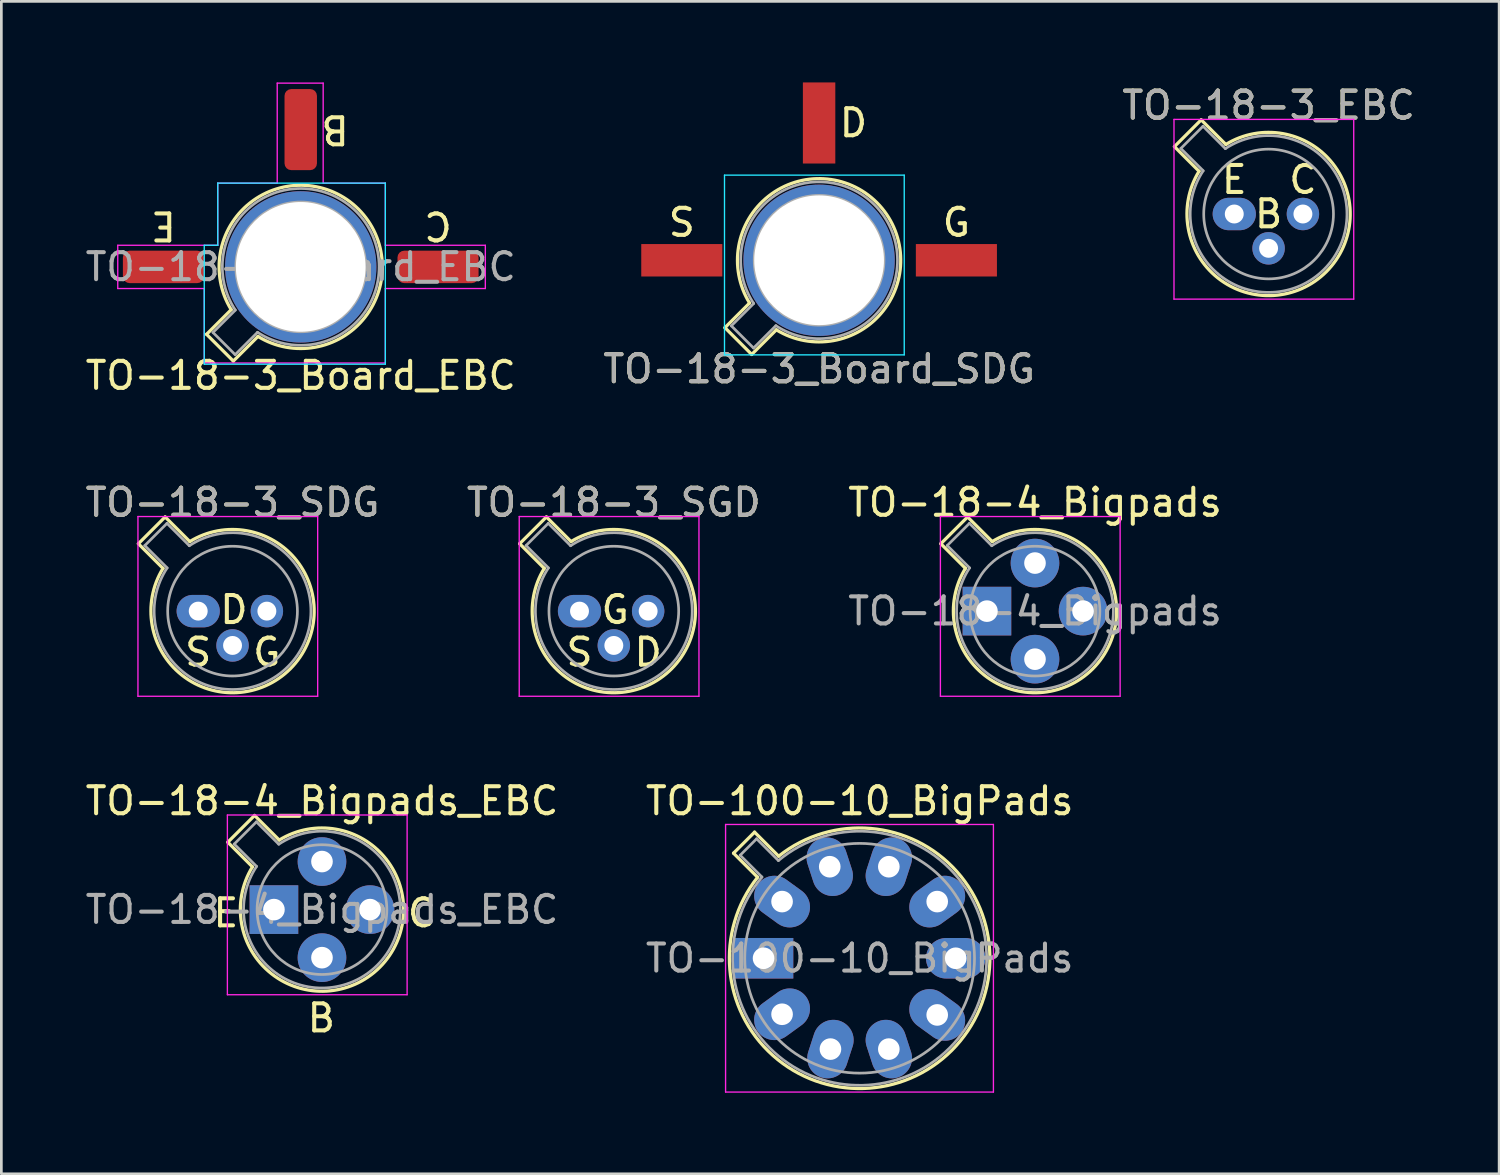
<source format=kicad_pcb>
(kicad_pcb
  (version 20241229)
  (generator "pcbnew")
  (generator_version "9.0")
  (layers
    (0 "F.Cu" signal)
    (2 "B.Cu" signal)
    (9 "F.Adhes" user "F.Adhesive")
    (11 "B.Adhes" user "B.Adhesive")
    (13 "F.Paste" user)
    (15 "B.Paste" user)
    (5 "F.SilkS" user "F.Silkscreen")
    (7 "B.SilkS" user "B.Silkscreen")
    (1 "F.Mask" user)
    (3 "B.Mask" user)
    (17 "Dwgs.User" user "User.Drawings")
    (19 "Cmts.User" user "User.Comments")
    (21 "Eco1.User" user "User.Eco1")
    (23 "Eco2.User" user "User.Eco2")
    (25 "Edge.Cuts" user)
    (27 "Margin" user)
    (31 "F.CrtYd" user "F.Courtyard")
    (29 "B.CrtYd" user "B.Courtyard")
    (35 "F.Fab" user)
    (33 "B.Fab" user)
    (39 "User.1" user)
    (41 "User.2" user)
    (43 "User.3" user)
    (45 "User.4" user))
  (footprint "TO-18-3_Board_SDG"
    (layer "F.Cu")
    (at 25.986 6.58)
    (property "Reference" "TO-18-3_Board_SDG" (at 1.27 4.02 0) (layer "F.SilkS") (effects (font (size 1 1) (thickness 0.15))))
    (attr through_hole)
    (fp_line (start -2.214 2.494) (end -1.302 1.582) (stroke (width 0.12) (type solid)) (layer "F.SilkS"))
    (fp_line (start -1.224 3.484) (end -2.214 2.494) (stroke (width 0.12) (type solid)) (layer "F.SilkS"))
    (fp_line (start -0.312 2.572) (end -1.224 3.484) (stroke (width 0.12) (type solid)) (layer "F.SilkS"))
    (fp_arc (start -1.30215 1.582544) (mid 3.405374 -2.135551) (end -0.312331 2.572281) (stroke (width 0.12) (type solid)) (layer "F.SilkS"))
    (fp_line (start -2.23 -3.15) (end 4.42 -3.15) (stroke (width 0.05) (type solid)) (layer "B.CrtYd"))
    (fp_line (start -2.23 3.5) (end -2.23 -3.15) (stroke (width 0.05) (type solid)) (layer "B.CrtYd"))
    (fp_line (start 4.42 -3.15) (end 4.42 3.5) (stroke (width 0.05) (type solid)) (layer "B.CrtYd"))
    (fp_line (start 4.42 3.5) (end -2.23 3.5) (stroke (width 0.05) (type solid)) (layer "B.CrtYd"))
    (fp_line (start -1.977 2.426) (end -1.149 1.599) (stroke (width 0.1) (type solid)) (layer "F.Fab"))
    (fp_line (start -1.156 3.247) (end -1.977 2.426) (stroke (width 0.1) (type solid)) (layer "F.Fab"))
    (fp_line (start -0.329 2.419) (end -1.156 3.247) (stroke (width 0.1) (type solid)) (layer "F.Fab"))
    (fp_arc (start -1.150029 1.597956) (mid 3.321077 -2.050143) (end -0.329057 2.419301) (stroke (width 0.1) (type solid)) (layer "F.Fab"))
    (fp_circle (center 1.27 0) (end 3.67 0) (stroke (width 0.1) (type solid)) (fill no) (layer "F.Fab"))
    (fp_text user "G" (at 6.35 -1.397 0) (layer "F.SilkS") (effects (font (size 1 1) (thickness 0.15))))
    (fp_text user "D" (at 2.54 -5.08 0) (layer "F.SilkS") (effects (font (size 1 1) (thickness 0.15))))
    (fp_text user "S" (at -3.81 -1.397 0) (layer "F.SilkS") (effects (font (size 1 1) (thickness 0.15))))
    (fp_text user "${REFERENCE}" (at 1.27 4.02 0) (layer "F.Fab") (effects (font (size 1 1) (thickness 0.15))))
    (pad "1" smd rect (at -3.81 0) (size 3 1.2) (layers "F.Cu" "F.Mask" "F.Paste"))
    (pad "2" smd rect (at 1.27 -5.08) (size 1.2 3) (layers "F.Cu" "F.Mask" "F.Paste"))
    (pad "3" smd rect (at 6.35 0) (size 3 1.2) (layers "F.Cu" "F.Mask" "F.Paste"))
    (pad "4" thru_hole circle (at 1.27 0) (size 5.6 5.6) (drill 4.8) (layers "*.Cu" "*.Mask")))
  (footprint "TO-18-4_Bigpads"
    (layer "F.Cu")
    (at 33.466 19.561)
    (property "Reference" "TO-18-4_Bigpads" (at 1.778 -4.02 0) (layer "F.SilkS") (effects (font (size 1 1) (thickness 0.15))))
    (attr through_hole)
    (fp_line (start -1.706 -2.494) (end -0.794 -1.582) (stroke (width 0.12) (type solid)) (layer "F.SilkS"))
    (fp_line (start -0.716 -3.484) (end -1.706 -2.494) (stroke (width 0.12) (type solid)) (layer "F.SilkS"))
    (fp_line (start 0.196 -2.572) (end -0.716 -3.484) (stroke (width 0.12) (type solid)) (layer "F.SilkS"))
    (fp_arc (start 0.195669 -2.572281) (mid 3.913374 2.135551) (end -0.79415 -1.582544) (stroke (width 0.12) (type solid)) (layer "F.SilkS"))
    (fp_line (start -1.722 -3.5) (end -1.722 3.15) (stroke (width 0.05) (type solid)) (layer "F.CrtYd"))
    (fp_line (start -1.722 3.15) (end 4.928 3.15) (stroke (width 0.05) (type solid)) (layer "F.CrtYd"))
    (fp_line (start 4.928 -3.5) (end -1.722 -3.5) (stroke (width 0.05) (type solid)) (layer "F.CrtYd"))
    (fp_line (start 4.928 3.15) (end 4.928 -3.5) (stroke (width 0.05) (type solid)) (layer "F.CrtYd"))
    (fp_line (start -1.469 -2.426) (end -0.641 -1.599) (stroke (width 0.1) (type solid)) (layer "F.Fab"))
    (fp_line (start -0.648 -3.247) (end -1.469 -2.426) (stroke (width 0.1) (type solid)) (layer "F.Fab"))
    (fp_line (start 0.179 -2.419) (end -0.648 -3.247) (stroke (width 0.1) (type solid)) (layer "F.Fab"))
    (fp_arc (start 0.178943 -2.419301) (mid 3.829076 2.050143) (end -0.642029 -1.597956) (stroke (width 0.1) (type solid)) (layer "F.Fab"))
    (fp_circle (center 1.778 0) (end 4.178 0) (stroke (width 0.1) (type solid)) (fill no) (layer "F.Fab"))
    (fp_text user "${REFERENCE}" (at 1.778 0 0) (layer "F.Fab") (effects (font (size 1 1) (thickness 0.15))))
    (pad "1" thru_hole rect (at 0 0) (size 1.8 1.8) (drill 0.8) (layers "*.Cu" "*.Mask"))
    (pad "2" thru_hole oval (at 1.778 1.778) (size 1.8 1.8) (drill 0.8) (layers "*.Cu" "*.Mask"))
    (pad "3" thru_hole oval (at 3.556 0) (size 1.8 1.8) (drill 0.8) (layers "*.Cu" "*.Mask"))
    (pad "4" thru_hole oval (at 1.778 -1.778) (size 1.8 1.8) (drill 0.8) (layers "*.Cu" "*.Mask")))
  (footprint "TO-18-3_SDG"
    (layer "F.Cu")
    (at 4.284 19.561)
    (property "Reference" "TO-18-3_SDG" (at 1.27 -4.02 0) (layer "F.SilkS") (effects (font (size 1 1) (thickness 0.15))))
    (fp_line (start -2.214 -2.494) (end -1.302 -1.582) (stroke (width 0.12) (type solid)) (layer "F.SilkS"))
    (fp_line (start -1.224 -3.484) (end -2.214 -2.494) (stroke (width 0.12) (type solid)) (layer "F.SilkS"))
    (fp_line (start -0.312 -2.572) (end -1.224 -3.484) (stroke (width 0.12) (type solid)) (layer "F.SilkS"))
    (fp_arc (start -0.312331 -2.572281) (mid 3.405374 2.135551) (end -1.30215 -1.582544) (stroke (width 0.12) (type solid)) (layer "F.SilkS"))
    (fp_line (start -2.23 -3.5) (end -2.23 3.15) (stroke (width 0.05) (type solid)) (layer "F.CrtYd"))
    (fp_line (start -2.23 3.15) (end 4.42 3.15) (stroke (width 0.05) (type solid)) (layer "F.CrtYd"))
    (fp_line (start 4.42 -3.5) (end -2.23 -3.5) (stroke (width 0.05) (type solid)) (layer "F.CrtYd"))
    (fp_line (start 4.42 3.15) (end 4.42 -3.5) (stroke (width 0.05) (type solid)) (layer "F.CrtYd"))
    (fp_line (start -1.977 -2.426) (end -1.149 -1.599) (stroke (width 0.1) (type solid)) (layer "F.Fab"))
    (fp_line (start -1.156 -3.247) (end -1.977 -2.426) (stroke (width 0.1) (type solid)) (layer "F.Fab"))
    (fp_line (start -0.329 -2.419) (end -1.156 -3.247) (stroke (width 0.1) (type solid)) (layer "F.Fab"))
    (fp_arc (start -0.329057 -2.419301) (mid 3.321076 2.050143) (end -1.150029 -1.597956) (stroke (width 0.1) (type solid)) (layer "F.Fab"))
    (fp_circle (center 1.27 0) (end 3.67 0) (stroke (width 0.1) (type solid)) (fill no) (layer "F.Fab"))
    (fp_text user "S" (at 0 1.524 0) (unlocked yes) (layer "F.SilkS") (effects (font (size 1 1) (thickness 0.15))))
    (fp_text user "G" (at 2.54 1.524 0) (unlocked yes) (layer "F.SilkS") (effects (font (size 1 1) (thickness 0.15))))
    (fp_text user "D" (at 1.321 -0.051 0) (unlocked yes) (layer "F.SilkS") (effects (font (size 1 1) (thickness 0.15))))
    (fp_text user "${REFERENCE}" (at 1.27 -4.02 0) (layer "F.Fab") (effects (font (size 1 1) (thickness 0.15))))
    (pad "1" thru_hole oval (at 0 0) (size 1.6 1.2) (drill 0.7) (layers "*.Cu" "*.Mask"))
    (pad "2" thru_hole oval (at 1.27 1.27) (size 1.2 1.2) (drill 0.7) (layers "*.Cu" "*.Mask"))
    (pad "3" thru_hole oval (at 2.54 0) (size 1.2 1.2) (drill 0.7) (layers "*.Cu" "*.Mask")))
  (footprint "TO-18-4_Bigpads_EBC"
    (layer "F.Cu")
    (at 7.085 30.605)
    (property "Reference" "TO-18-4_Bigpads_EBC" (at 1.778 -4.02 0) (layer "F.SilkS") (effects (font (size 1 1) (thickness 0.15))))
    (attr through_hole)
    (fp_line (start -1.706 -2.494) (end -0.794 -1.582) (stroke (width 0.12) (type solid)) (layer "F.SilkS"))
    (fp_line (start -0.716 -3.484) (end -1.706 -2.494) (stroke (width 0.12) (type solid)) (layer "F.SilkS"))
    (fp_line (start 0.196 -2.572) (end -0.716 -3.484) (stroke (width 0.12) (type solid)) (layer "F.SilkS"))
    (fp_arc (start 0.195669 -2.572281) (mid 3.913374 2.135551) (end -0.79415 -1.582544) (stroke (width 0.12) (type solid)) (layer "F.SilkS"))
    (fp_line (start -1.722 -3.5) (end -1.722 3.15) (stroke (width 0.05) (type solid)) (layer "F.CrtYd"))
    (fp_line (start -1.722 3.15) (end 4.928 3.15) (stroke (width 0.05) (type solid)) (layer "F.CrtYd"))
    (fp_line (start 4.928 -3.5) (end -1.722 -3.5) (stroke (width 0.05) (type solid)) (layer "F.CrtYd"))
    (fp_line (start 4.928 3.15) (end 4.928 -3.5) (stroke (width 0.05) (type solid)) (layer "F.CrtYd"))
    (fp_line (start -1.469 -2.426) (end -0.641 -1.599) (stroke (width 0.1) (type solid)) (layer "F.Fab"))
    (fp_line (start -0.648 -3.247) (end -1.469 -2.426) (stroke (width 0.1) (type solid)) (layer "F.Fab"))
    (fp_line (start 0.179 -2.419) (end -0.648 -3.247) (stroke (width 0.1) (type solid)) (layer "F.Fab"))
    (fp_arc (start 0.178943 -2.419301) (mid 3.829076 2.050143) (end -0.642029 -1.597956) (stroke (width 0.1) (type solid)) (layer "F.Fab"))
    (fp_circle (center 1.778 0) (end 4.178 0) (stroke (width 0.1) (type solid)) (fill no) (layer "F.Fab"))
    (fp_text user "E" (at -1.778 0.127 0) (unlocked yes) (layer "F.SilkS") (effects (font (size 1 1) (thickness 0.15))))
    (fp_text user "C" (at 5.461 0.127 0) (unlocked yes) (layer "F.SilkS") (effects (font (size 1 1) (thickness 0.15))))
    (fp_text user "B" (at 1.753 4.013 0) (unlocked yes) (layer "F.SilkS") (effects (font (size 1 1) (thickness 0.15))))
    (fp_text user "${REFERENCE}" (at 1.778 0 0) (layer "F.Fab") (effects (font (size 1 1) (thickness 0.15))))
    (pad "1" thru_hole rect (at 0 0) (size 1.8 1.8) (drill 0.8) (layers "*.Cu" "*.Mask"))
    (pad "2" thru_hole oval (at 1.778 1.778) (size 1.8 1.8) (drill 0.8) (layers "*.Cu" "*.Mask"))
    (pad "3" thru_hole oval (at 3.556 0) (size 1.8 1.8) (drill 0.8) (layers "*.Cu" "*.Mask"))
    (pad "4" thru_hole oval (at 1.778 -1.778) (size 1.8 1.8) (drill 0.8) (layers "*.Cu" "*.Mask")))
  (footprint "TO-100-10_BigPads"
    (layer "F.Cu")
    (at 25.201 32.405)
    (property "Reference" "TO-100-10_BigPads" (at 3.555 -5.82 0) (layer "F.SilkS") (effects (font (size 1 1) (thickness 0.15))))
    (attr through_hole)
    (fp_line (start -1.111 -3.888) (end -0.22 -2.997) (stroke (width 0.12) (type solid)) (layer "F.SilkS"))
    (fp_line (start -0.333 -4.666) (end -1.111 -3.888) (stroke (width 0.12) (type solid)) (layer "F.SilkS"))
    (fp_line (start 0.558 -3.775) (end -0.333 -4.666) (stroke (width 0.12) (type solid)) (layer "F.SilkS"))
    (fp_arc (start 0.557916 -3.774902) (mid 6.963125 3.408384) (end -0.219674 -2.997371) (stroke (width 0.12) (type solid)) (layer "F.SilkS"))
    (fp_line (start -1.405 -4.95) (end -1.405 4.95) (stroke (width 0.05) (type solid)) (layer "F.CrtYd"))
    (fp_line (start -1.405 4.95) (end 8.505 4.95) (stroke (width 0.05) (type solid)) (layer "F.CrtYd"))
    (fp_line (start 8.505 -4.95) (end -1.405 -4.95) (stroke (width 0.05) (type solid)) (layer "F.CrtYd"))
    (fp_line (start 8.505 4.95) (end 8.505 -4.95) (stroke (width 0.05) (type solid)) (layer "F.CrtYd"))
    (fp_line (start -0.865 -3.812) (end -0.059 -3.005) (stroke (width 0.1) (type solid)) (layer "F.Fab"))
    (fp_line (start -0.257 -4.42) (end -0.865 -3.812) (stroke (width 0.1) (type solid)) (layer "F.Fab"))
    (fp_line (start 0.55 -3.614) (end -0.257 -4.42) (stroke (width 0.1) (type solid)) (layer "F.Fab"))
    (fp_arc (start 0.549592 -3.61352) (mid 6.878443 3.323361) (end -0.058594 -3.005319) (stroke (width 0.1) (type solid)) (layer "F.Fab"))
    (fp_circle (center 3.555 0) (end 7.805 0) (stroke (width 0.1) (type solid)) (fill no) (layer "F.Fab"))
    (fp_text user "${REFERENCE}" (at 3.555 0 0) (layer "F.Fab") (effects (font (size 1 1) (thickness 0.15))))
    (pad "1" thru_hole rect (at 0 0) (size 2.2 1.5) (drill 0.8) (layers "*.Cu" "*.Mask"))
    (pad "2" thru_hole oval (at 0.685 2.072 36) (size 2.2 1.5) (drill 0.8) (layers "*.Cu" "*.Mask"))
    (pad "3" thru_hole oval (at 2.475 3.361 72) (size 2.2 1.5) (drill 0.8) (layers "*.Cu" "*.Mask"))
    (pad "4" thru_hole oval (at 4.635 3.361 108) (size 2.2 1.5) (drill 0.8) (layers "*.Cu" "*.Mask"))
    (pad "5" thru_hole oval (at 6.425 2.097 144) (size 2.2 1.5) (drill 0.8) (layers "*.Cu" "*.Mask"))
    (pad "6" thru_hole oval (at 7.11 0) (size 2.2 1.5) (drill 0.8) (layers "*.Cu" "*.Mask"))
    (pad "7" thru_hole oval (at 6.425 -2.097 216) (size 2.2 1.5) (drill 0.8) (layers "*.Cu" "*.Mask"))
    (pad "8" thru_hole oval (at 4.635 -3.387 252) (size 2.2 1.5) (drill 0.8) (layers "*.Cu" "*.Mask"))
    (pad "9" thru_hole oval (at 2.449 -3.387 288) (size 2.2 1.5) (drill 0.8) (layers "*.Cu" "*.Mask"))
    (pad "10" thru_hole oval (at 0.685 -2.097 324) (size 2.2 1.5) (drill 0.8) (layers "*.Cu" "*.Mask")))
  (footprint "TO-18-3_EBC"
    (layer "F.Cu")
    (at 42.617 4.868)
    (property "Reference" "TO-18-3_EBC" (at 1.27 -4.02 0) (layer "F.SilkS") (effects (font (size 1 1) (thickness 0.15))))
    (attr through_hole)
    (fp_line (start -2.214 -2.494) (end -1.302 -1.582) (stroke (width 0.12) (type solid)) (layer "F.SilkS"))
    (fp_line (start -1.224 -3.484) (end -2.214 -2.494) (stroke (width 0.12) (type solid)) (layer "F.SilkS"))
    (fp_line (start -0.312 -2.572) (end -1.224 -3.484) (stroke (width 0.12) (type solid)) (layer "F.SilkS"))
    (fp_arc (start -0.312331 -2.572281) (mid 3.405374 2.135551) (end -1.30215 -1.582544) (stroke (width 0.12) (type solid)) (layer "F.SilkS"))
    (fp_line (start -2.23 -3.5) (end -2.23 3.15) (stroke (width 0.05) (type solid)) (layer "F.CrtYd"))
    (fp_line (start -2.23 3.15) (end 4.42 3.15) (stroke (width 0.05) (type solid)) (layer "F.CrtYd"))
    (fp_line (start 4.42 -3.5) (end -2.23 -3.5) (stroke (width 0.05) (type solid)) (layer "F.CrtYd"))
    (fp_line (start 4.42 3.15) (end 4.42 -3.5) (stroke (width 0.05) (type solid)) (layer "F.CrtYd"))
    (fp_line (start -1.977 -2.426) (end -1.149 -1.599) (stroke (width 0.1) (type solid)) (layer "F.Fab"))
    (fp_line (start -1.156 -3.247) (end -1.977 -2.426) (stroke (width 0.1) (type solid)) (layer "F.Fab"))
    (fp_line (start -0.329 -2.419) (end -1.156 -3.247) (stroke (width 0.1) (type solid)) (layer "F.Fab"))
    (fp_arc (start -0.329057 -2.419301) (mid 3.321076 2.050143) (end -1.150029 -1.597956) (stroke (width 0.1) (type solid)) (layer "F.Fab"))
    (fp_circle (center 1.27 0) (end 3.67 0) (stroke (width 0.1) (type solid)) (fill no) (layer "F.Fab"))
    (fp_text user "B" (at 1.27 0 0) (layer "F.SilkS") (effects (font (size 1 1) (thickness 0.15))))
    (fp_text user "E" (at 0 -1.27 0) (layer "F.SilkS") (effects (font (size 1 1) (thickness 0.15))))
    (fp_text user "C" (at 2.54 -1.27 0) (layer "F.SilkS") (effects (font (size 1 1) (thickness 0.15))))
    (fp_text user "${REFERENCE}" (at 1.27 -4.02 0) (layer "F.Fab") (effects (font (size 1 1) (thickness 0.15))))
    (pad "1" thru_hole oval (at 0 0) (size 1.6 1.2) (drill 0.7) (layers "*.Cu" "*.Mask"))
    (pad "2" thru_hole oval (at 1.27 1.27) (size 1.2 1.2) (drill 0.7) (layers "*.Cu" "*.Mask"))
    (pad "3" thru_hole oval (at 2.54 0) (size 1.2 1.2) (drill 0.7) (layers "*.Cu" "*.Mask")))
  (footprint "TO-18-3_SGD"
    (layer "F.Cu")
    (at 18.391 19.561)
    (property "Reference" "TO-18-3_SGD" (at 1.27 -4.02 0) (layer "F.SilkS") (effects (font (size 1 1) (thickness 0.15))))
    (fp_line (start -2.214 -2.494) (end -1.302 -1.582) (stroke (width 0.12) (type solid)) (layer "F.SilkS"))
    (fp_line (start -1.224 -3.484) (end -2.214 -2.494) (stroke (width 0.12) (type solid)) (layer "F.SilkS"))
    (fp_line (start -0.312 -2.572) (end -1.224 -3.484) (stroke (width 0.12) (type solid)) (layer "F.SilkS"))
    (fp_arc (start -0.312331 -2.572281) (mid 3.405374 2.135551) (end -1.30215 -1.582544) (stroke (width 0.12) (type solid)) (layer "F.SilkS"))
    (fp_line (start -2.23 -3.5) (end -2.23 3.15) (stroke (width 0.05) (type solid)) (layer "F.CrtYd"))
    (fp_line (start -2.23 3.15) (end 4.42 3.15) (stroke (width 0.05) (type solid)) (layer "F.CrtYd"))
    (fp_line (start 4.42 -3.5) (end -2.23 -3.5) (stroke (width 0.05) (type solid)) (layer "F.CrtYd"))
    (fp_line (start 4.42 3.15) (end 4.42 -3.5) (stroke (width 0.05) (type solid)) (layer "F.CrtYd"))
    (fp_line (start -1.977 -2.426) (end -1.149 -1.599) (stroke (width 0.1) (type solid)) (layer "F.Fab"))
    (fp_line (start -1.156 -3.247) (end -1.977 -2.426) (stroke (width 0.1) (type solid)) (layer "F.Fab"))
    (fp_line (start -0.329 -2.419) (end -1.156 -3.247) (stroke (width 0.1) (type solid)) (layer "F.Fab"))
    (fp_arc (start -0.329057 -2.419301) (mid 3.321076 2.050143) (end -1.150029 -1.597956) (stroke (width 0.1) (type solid)) (layer "F.Fab"))
    (fp_circle (center 1.27 0) (end 3.67 0) (stroke (width 0.1) (type solid)) (fill no) (layer "F.Fab"))
    (fp_text user "S" (at 0 1.524 0) (unlocked yes) (layer "F.SilkS") (effects (font (size 1 1) (thickness 0.15))))
    (fp_text user "G" (at 1.321 -0.051 0) (unlocked yes) (layer "F.SilkS") (effects (font (size 1 1) (thickness 0.15))))
    (fp_text user "D" (at 2.54 1.524 0) (unlocked yes) (layer "F.SilkS") (effects (font (size 1 1) (thickness 0.15))))
    (fp_text user "${REFERENCE}" (at 1.27 -4.02 0) (layer "F.Fab") (effects (font (size 1 1) (thickness 0.15))))
    (pad "1" thru_hole oval (at 0 0) (size 1.6 1.2) (drill 0.7) (layers "*.Cu" "*.Mask"))
    (pad "2" thru_hole oval (at 1.27 1.27) (size 1.2 1.2) (drill 0.7) (layers "*.Cu" "*.Mask"))
    (pad "3" thru_hole oval (at 2.54 0) (size 1.2 1.2) (drill 0.7) (layers "*.Cu" "*.Mask")))
  (footprint "TO-18-3_Board_EBC"
    (layer "F.Cu")
    (at 8.077 6.825)
    (property "Reference" "TO-18-3_Board_EBC" (at 0 4.02 0) (layer "F.SilkS") (effects (font (size 1 1) (thickness 0.15))))
    (fp_line (start -3.484 2.494) (end -2.572 1.582) (stroke (width 0.12) (type solid)) (layer "F.SilkS"))
    (fp_line (start -2.494 3.484) (end -3.484 2.494) (stroke (width 0.12) (type solid)) (layer "F.SilkS"))
    (fp_line (start -1.582 2.572) (end -2.494 3.484) (stroke (width 0.12) (type solid)) (layer "F.SilkS"))
    (fp_arc (start -2.57215 1.582544) (mid 2.135374 -2.135551) (end -1.582331 2.572281) (stroke (width 0.12) (type solid)) (layer "F.SilkS"))
    (fp_line (start -3.57 -0.8) (end -3.57 3.6) (stroke (width 0.05) (type solid)) (layer "B.CrtYd"))
    (fp_line (start -3.57 3.6) (end 3.13 3.6) (stroke (width 0.05) (type solid)) (layer "B.CrtYd"))
    (fp_line (start -3.07 -3.1) (end -3.07 -0.8) (stroke (width 0.05) (type solid)) (layer "B.CrtYd"))
    (fp_line (start -3.07 -0.8) (end -3.57 -0.8) (stroke (width 0.05) (type solid)) (layer "B.CrtYd"))
    (fp_line (start 3.13 -3.1) (end -3.07 -3.1) (stroke (width 0.05) (type solid)) (layer "B.CrtYd"))
    (fp_line (start 3.13 3.6) (end 3.13 -3.1) (stroke (width 0.05) (type solid)) (layer "B.CrtYd"))
    (fp_line (start -6.77 -0.8) (end -6.77 0.8) (stroke (width 0.05) (type solid)) (layer "F.CrtYd"))
    (fp_line (start -6.77 0.8) (end -3.57 0.8) (stroke (width 0.05) (type solid)) (layer "F.CrtYd"))
    (fp_line (start -3.57 0.8) (end -3.57 3.556) (stroke (width 0.05) (type solid)) (layer "F.CrtYd"))
    (fp_line (start -3.57 3.556) (end -3.302 3.556) (stroke (width 0.05) (type solid)) (layer "F.CrtYd"))
    (fp_line (start -3.302 3.556) (end 3.13 3.556) (stroke (width 0.05) (type solid)) (layer "F.CrtYd"))
    (fp_line (start -3.07 -3.1) (end -3.07 -0.8) (stroke (width 0.05) (type solid)) (layer "F.CrtYd"))
    (fp_line (start -3.07 -0.8) (end -6.77 -0.8) (stroke (width 0.05) (type solid)) (layer "F.CrtYd"))
    (fp_line (start -0.87 -6.8) (end -0.87 -3.1) (stroke (width 0.05) (type solid)) (layer "F.CrtYd"))
    (fp_line (start -0.87 -3.1) (end -3.07 -3.1) (stroke (width 0.05) (type solid)) (layer "F.CrtYd"))
    (fp_line (start 0.83 -6.8) (end -0.87 -6.8) (stroke (width 0.05) (type solid)) (layer "F.CrtYd"))
    (fp_line (start 0.83 -3.1) (end 0.83 -6.8) (stroke (width 0.05) (type solid)) (layer "F.CrtYd"))
    (fp_line (start 3.13 -3.1) (end 0.83 -3.1) (stroke (width 0.05) (type solid)) (layer "F.CrtYd"))
    (fp_line (start 3.13 -0.8) (end 3.13 -3.1) (stroke (width 0.05) (type solid)) (layer "F.CrtYd"))
    (fp_line (start 3.13 0.8) (end 6.83 0.8) (stroke (width 0.05) (type solid)) (layer "F.CrtYd"))
    (fp_line (start 3.13 3.556) (end 3.13 0.8) (stroke (width 0.05) (type solid)) (layer "F.CrtYd"))
    (fp_line (start 6.83 -0.8) (end 3.13 -0.8) (stroke (width 0.05) (type solid)) (layer "F.CrtYd"))
    (fp_line (start 6.83 0.8) (end 6.83 -0.8) (stroke (width 0.05) (type solid)) (layer "F.CrtYd"))
    (fp_line (start -3.247 2.426) (end -2.419 1.599) (stroke (width 0.1) (type solid)) (layer "F.Fab"))
    (fp_line (start -2.426 3.247) (end -3.247 2.426) (stroke (width 0.1) (type solid)) (layer "F.Fab"))
    (fp_line (start -1.599 2.419) (end -2.426 3.247) (stroke (width 0.1) (type solid)) (layer "F.Fab"))
    (fp_arc (start -2.420029 1.597956) (mid 2.051077 -2.050143) (end -1.599057 2.419301) (stroke (width 0.1) (type solid)) (layer "F.Fab"))
    (fp_circle (center 0 0) (end 2.4 0) (stroke (width 0.1) (type solid)) (fill no) (layer "F.Fab"))
    (fp_text user "E" (at -5.08 -1.524 180) (unlocked yes) (layer "F.SilkS") (effects (font (size 1 1) (thickness 0.15))))
    (fp_text user "B" (at 1.27 -5.08 180) (unlocked yes) (layer "F.SilkS") (effects (font (size 1 1) (thickness 0.15))))
    (fp_text user "C" (at 5.08 -1.524 180) (unlocked yes) (layer "F.SilkS") (effects (font (size 1 1) (thickness 0.15))))
    (fp_text user "${REFERENCE}" (at -0.000001 -0.000001 0) (layer "F.Fab") (effects (font (size 1 1) (thickness 0.15))))
    (pad "1" smd roundrect (at -5.08 0) (size 3 1.2) (layers "F.Cu" "F.Mask" "F.Paste") (roundrect_rratio 0.208))
    (pad "2" smd roundrect (at 0 -5.08) (size 1.2 3) (layers "F.Cu" "F.Mask" "F.Paste") (roundrect_rratio 0.208))
    (pad "3" smd roundrect (at 5.08 0) (size 3 1.2) (layers "F.Cu" "F.Mask" "F.Paste") (roundrect_rratio 0.208))
    (pad "4" thru_hole circle (at 0 0) (size 5.6 5.6) (drill 4.8) (layers "*.Cu" "*.Mask")))
  (gr_rect
    (start -3 -3)
    (end 52.417 40.38)
    (stroke (width 0.1) (type default))
    (fill no)
    (layer "Edge.Cuts")))
</source>
